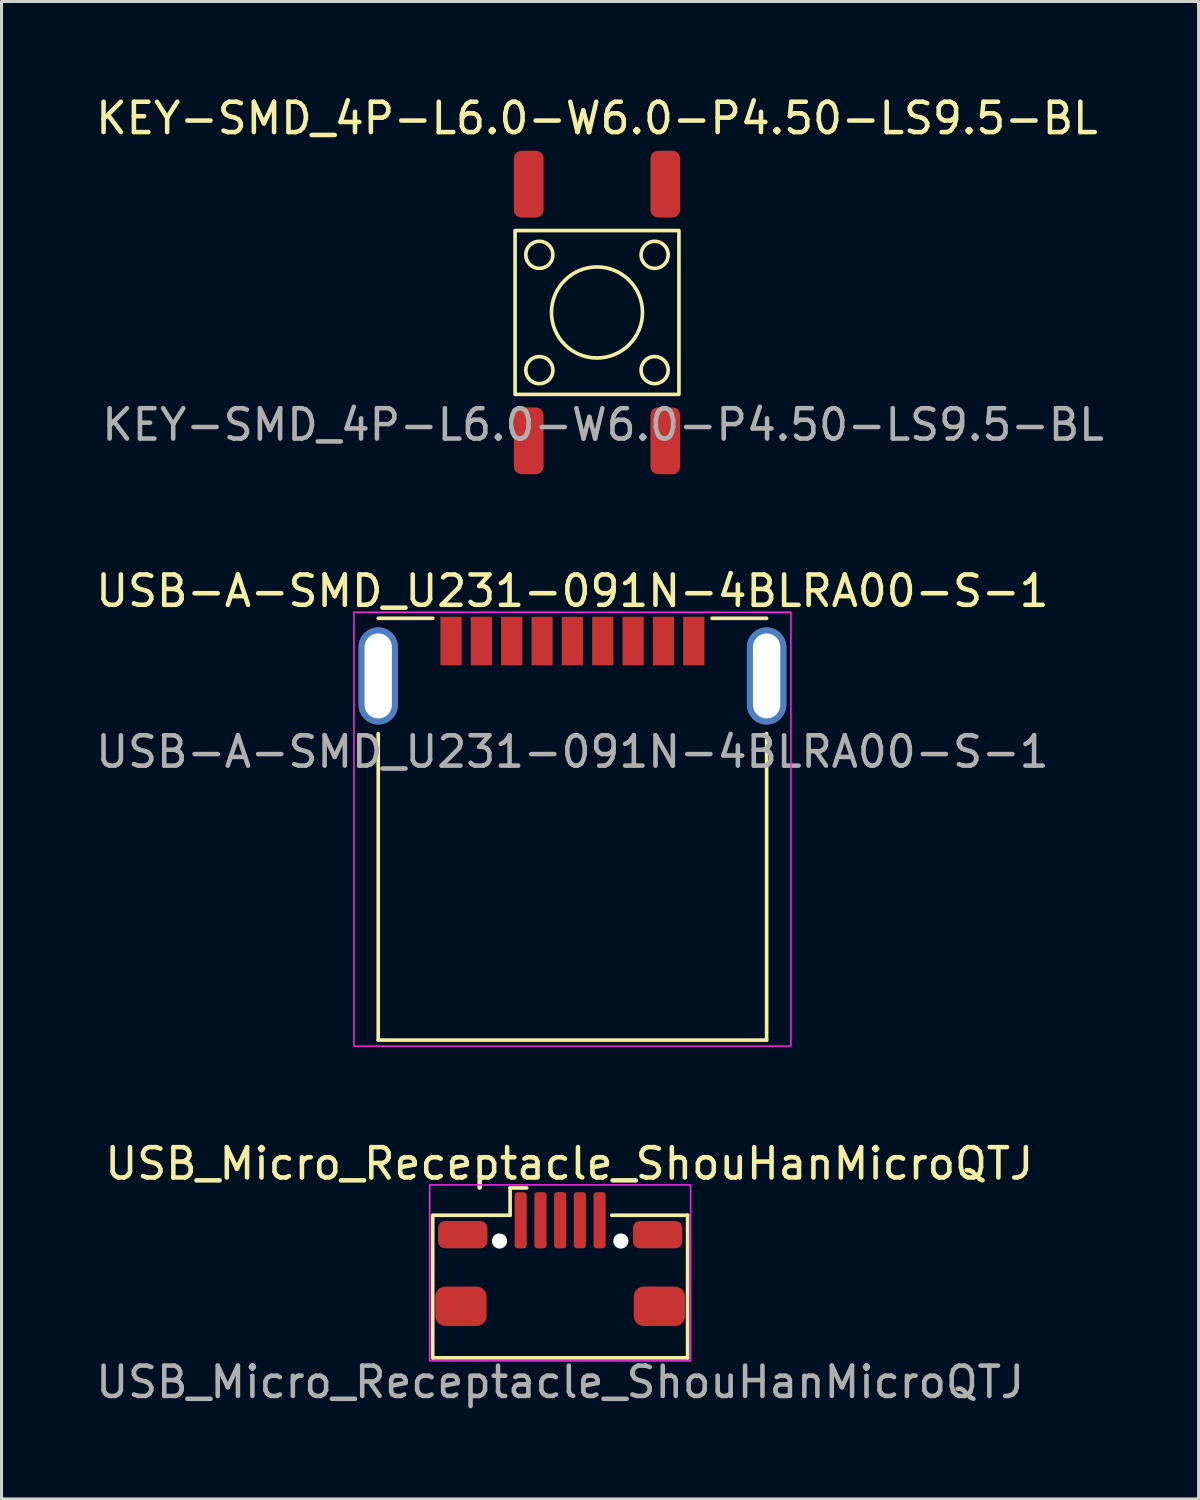
<source format=kicad_pcb>
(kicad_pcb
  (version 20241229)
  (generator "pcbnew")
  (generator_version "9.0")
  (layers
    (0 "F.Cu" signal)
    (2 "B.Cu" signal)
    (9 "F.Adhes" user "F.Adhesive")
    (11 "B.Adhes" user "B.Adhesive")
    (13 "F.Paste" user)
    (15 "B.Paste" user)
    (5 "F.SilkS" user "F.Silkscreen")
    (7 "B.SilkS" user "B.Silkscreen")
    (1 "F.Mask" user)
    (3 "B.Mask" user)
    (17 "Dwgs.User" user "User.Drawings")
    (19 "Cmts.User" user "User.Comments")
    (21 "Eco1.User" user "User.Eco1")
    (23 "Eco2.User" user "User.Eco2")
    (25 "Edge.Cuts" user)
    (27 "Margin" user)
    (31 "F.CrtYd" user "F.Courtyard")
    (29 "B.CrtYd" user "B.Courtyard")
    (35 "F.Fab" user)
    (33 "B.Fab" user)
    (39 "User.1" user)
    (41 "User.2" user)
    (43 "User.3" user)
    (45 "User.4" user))
  (footprint "KEY-SMD_4P-L6.0-W6.0-P4.50-LS9.5-BL"
    (layer "F.Cu")
    (at 16.625 7.248)
    (property "Reference" "KEY-SMD_4P-L6.0-W6.0-P4.50-LS9.5-BL" (at 0 -6.4 0) (unlocked yes) (layer "F.SilkS") (effects (font (size 1 1) (thickness 0.15))))
    (attr smd)
    (fp_rect (start -2.7 -2.7) (end 2.7 2.7) (stroke (width 0.12) (type solid)) (fill no) (layer "F.SilkS"))
    (fp_circle (center -1.9 -1.9) (end -1.453 -1.9) (stroke (width 0.12) (type solid)) (fill no) (layer "F.SilkS"))
    (fp_circle (center -1.9 1.9) (end -1.453 1.9) (stroke (width 0.12) (type solid)) (fill no) (layer "F.SilkS"))
    (fp_circle (center 0 0) (end 0.9 1.2) (stroke (width 0.12) (type solid)) (fill no) (layer "F.SilkS"))
    (fp_circle (center 1.9 -1.9) (end 2.347 -1.9) (stroke (width 0.12) (type solid)) (fill no) (layer "F.SilkS"))
    (fp_circle (center 1.9 1.9) (end 2.347 1.9) (stroke (width 0.12) (type solid)) (fill no) (layer "F.SilkS"))
    (fp_text user "${REFERENCE}" (at 0.2 3.7 0) (unlocked yes) (layer "F.Fab") (effects (font (size 1 1) (thickness 0.15))))
    (pad "1" smd roundrect (at -2.25 -4.23) (size 0.98 2.2) (layers "F.Cu" "F.Mask" "F.Paste") (roundrect_rratio 0.25))
    (pad "1" smd roundrect (at -2.25 4.23) (size 0.98 2.2) (layers "F.Cu" "F.Mask" "F.Paste") (roundrect_rratio 0.25))
    (pad "2" smd roundrect (at 2.25 -4.23) (size 0.98 2.2) (layers "F.Cu" "F.Mask" "F.Paste") (roundrect_rratio 0.25))
    (pad "2" smd roundrect (at 2.25 4.23) (size 0.98 2.2) (layers "F.Cu" "F.Mask" "F.Paste") (roundrect_rratio 0.25)))
  (footprint "USB-A-SMD_U231-091N-4BLRA00-S-1"
    (layer "F.Cu")
    (at 15.815 19.227)
    (property "Reference" "USB-A-SMD_U231-091N-4BLRA00-S-1" (at 0 -2.8 0) (unlocked yes) (layer "F.SilkS") (effects (font (size 1 1) (thickness 0.15))))
    (attr smd)
    (fp_line (start -6.4 -1.9) (end -4.6 -1.9) (stroke (width 0.12) (type solid)) (layer "F.SilkS"))
    (fp_line (start -6.4 1.9) (end -6.4 12) (stroke (width 0.12) (type solid)) (layer "F.SilkS"))
    (fp_line (start 4.6 -1.9) (end 6.4 -1.9) (stroke (width 0.12) (type solid)) (layer "F.SilkS"))
    (fp_line (start 6.4 1.9) (end 6.4 12) (stroke (width 0.12) (type solid)) (layer "F.SilkS"))
    (fp_line (start 6.4 12) (end -6.4 12) (stroke (width 0.12) (type solid)) (layer "F.SilkS"))
    (fp_rect (start -7.2 -2.1) (end 7.2 12.2) (stroke (width 0.05) (type solid)) (fill no) (layer "F.CrtYd"))
    (fp_text user "${REFERENCE}" (at 0 2.5 0) (unlocked yes) (layer "F.Fab") (effects (font (size 1 1) (thickness 0.15))))
    (pad "1" smd rect (at -3 -1.15) (size 0.7 1.6) (layers "F.Cu" "F.Mask" "F.Paste"))
    (pad "2" smd rect (at -1 -1.15) (size 0.7 1.6) (layers "F.Cu" "F.Mask" "F.Paste"))
    (pad "3" smd rect (at 1 -1.15) (size 0.7 1.6) (layers "F.Cu" "F.Mask" "F.Paste"))
    (pad "4" smd rect (at 3 -1.15) (size 0.7 1.6) (layers "F.Cu" "F.Mask" "F.Paste"))
    (pad "5" smd rect (at 4 -1.15) (size 0.7 1.6) (layers "F.Cu" "F.Mask" "F.Paste"))
    (pad "6" smd rect (at 2 -1.15) (size 0.7 1.6) (layers "F.Cu" "F.Mask" "F.Paste"))
    (pad "7" smd rect (at 0 -1.15) (size 0.7 1.6) (layers "F.Cu" "F.Mask" "F.Paste"))
    (pad "8" smd rect (at -2 -1.15) (size 0.7 1.6) (layers "F.Cu" "F.Mask" "F.Paste"))
    (pad "9" smd rect (at -4 -1.15) (size 0.7 1.6) (layers "F.Cu" "F.Mask" "F.Paste"))
    (pad "10" thru_hole oval (at -6.4 0) (size 1.3 3.2) (drill oval 0.9 2.8) (layers "*.Cu" "*.Mask"))
    (pad "10" thru_hole oval (at 6.4 0) (size 1.3 3.2) (drill oval 0.9 2.8) (layers "*.Cu" "*.Mask")))
  (footprint "USB_Micro_Receptacle_ShouHanMicroQTJ"
    (layer "F.Cu")
    (at 15.411 40)
    (property "Reference" "USB_Micro_Receptacle_ShouHanMicroQTJ" (at 0.3 -4.7 0) (unlocked yes) (layer "F.SilkS") (effects (font (size 1 1) (thickness 0.15))))
    (attr smd)
    (fp_line (start -4.2 1.7) (end -4.2 -3) (stroke (width 0.12) (type solid)) (layer "F.SilkS"))
    (fp_line (start -1.65 -3.9) (end -1.1 -3.9) (stroke (width 0.12) (type solid)) (layer "F.SilkS"))
    (fp_line (start -1.65 -3) (end -4.15 -3) (stroke (width 0.12) (type solid)) (layer "F.SilkS"))
    (fp_line (start -1.65 -3) (end -1.65 -3.9) (stroke (width 0.12) (type solid)) (layer "F.SilkS"))
    (fp_line (start 4.2 -3) (end 1.7 -3) (stroke (width 0.12) (type solid)) (layer "F.SilkS"))
    (fp_line (start 4.2 1.7) (end -4.2 1.7) (stroke (width 0.12) (type solid)) (layer "F.SilkS"))
    (fp_line (start 4.2 1.7) (end 4.2 -3) (stroke (width 0.12) (type solid)) (layer "F.SilkS"))
    (fp_rect (start -4.3 -4) (end 4.3 1.8) (stroke (width 0.05) (type solid)) (fill no) (layer "F.CrtYd"))
    (fp_text user "${REFERENCE}" (at 0 2.5 0) (unlocked yes) (layer "F.Fab") (effects (font (size 1 1) (thickness 0.15))))
    (pad "" np_thru_hole circle (at -2 -2.15) (size 0.5 0.5) (drill 0.5) (layers "*.Cu" "*.Mask"))
    (pad "" np_thru_hole circle (at 2 -2.15) (size 0.5 0.5) (drill 0.5) (layers "*.Cu" "*.Mask"))
    (pad "1" smd roundrect (at -1.3 -2.835) (size 0.4 1.85) (layers "F.Cu" "F.Mask" "F.Paste") (roundrect_rratio 0.25))
    (pad "2" smd roundrect (at -0.65 -2.835) (size 0.4 1.85) (layers "F.Cu" "F.Mask" "F.Paste") (roundrect_rratio 0.25))
    (pad "3" smd roundrect (at 0 -2.835) (size 0.4 1.85) (layers "F.Cu" "F.Mask" "F.Paste") (roundrect_rratio 0.25))
    (pad "4" smd roundrect (at 0.65 -2.835) (size 0.4 1.85) (layers "F.Cu" "F.Mask" "F.Paste") (roundrect_rratio 0.25))
    (pad "5" smd roundrect (at 1.3 -2.835) (size 0.4 1.85) (layers "F.Cu" "F.Mask" "F.Paste") (roundrect_rratio 0.25))
    (pad "6" smd roundrect (at -3.27 0) (size 1.69 1.3) (layers "F.Cu" "F.Mask" "F.Paste") (roundrect_rratio 0.25))
    (pad "6" smd roundrect (at -3.21 -2.36) (size 1.625 0.9) (layers "F.Cu" "F.Mask" "F.Paste") (roundrect_rratio 0.25))
    (pad "6" smd roundrect (at 3.21 -2.36) (size 1.625 0.9) (layers "F.Cu" "F.Mask" "F.Paste") (roundrect_rratio 0.25))
    (pad "6" smd roundrect (at 3.27 0) (size 1.69 1.3) (layers "F.Cu" "F.Mask" "F.Paste") (roundrect_rratio 0.25)))
  (gr_rect
    (start -3 -3)
    (end 36.45 46.348)
    (stroke (width 0.1) (type default))
    (fill no)
    (layer "Edge.Cuts")))
</source>
